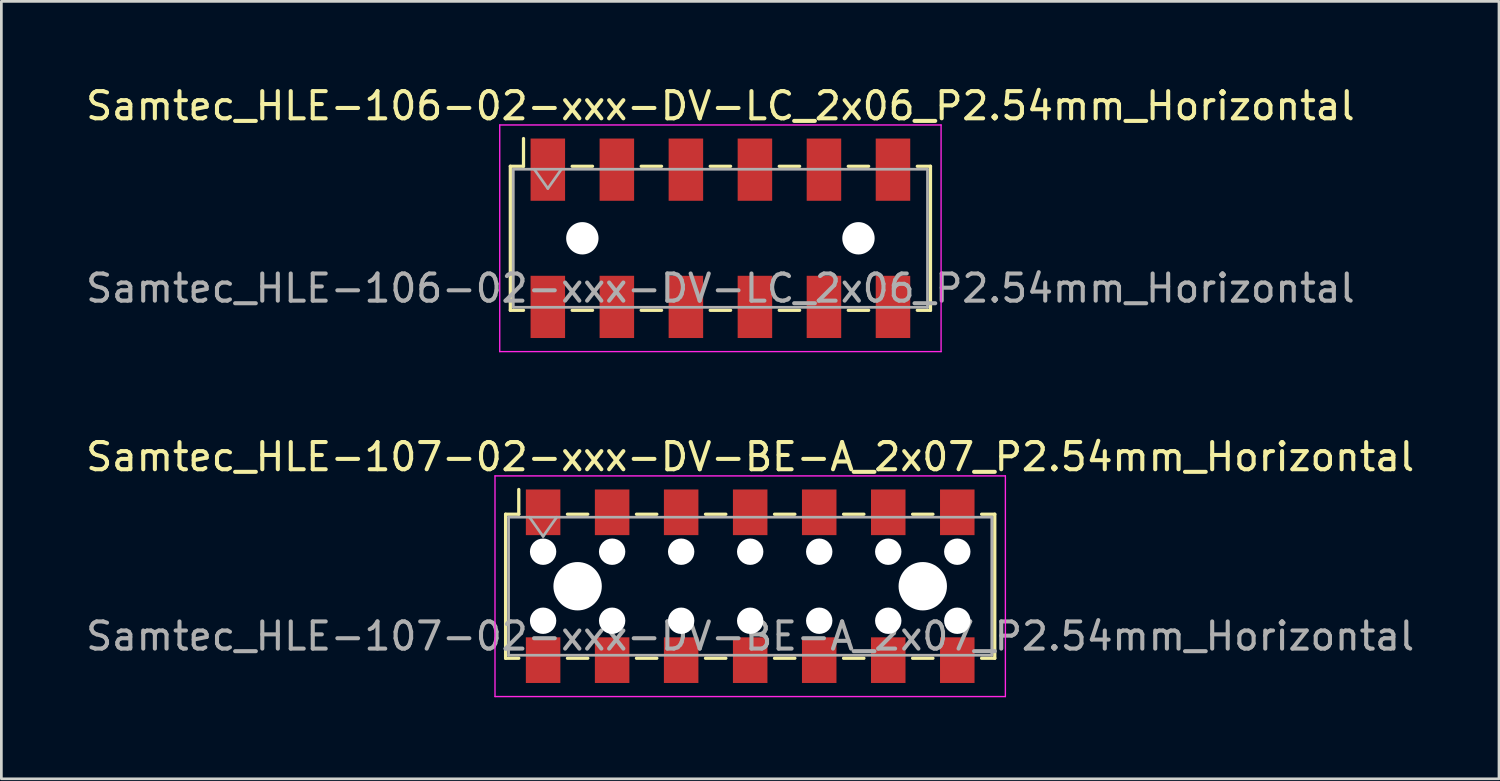
<source format=kicad_pcb>
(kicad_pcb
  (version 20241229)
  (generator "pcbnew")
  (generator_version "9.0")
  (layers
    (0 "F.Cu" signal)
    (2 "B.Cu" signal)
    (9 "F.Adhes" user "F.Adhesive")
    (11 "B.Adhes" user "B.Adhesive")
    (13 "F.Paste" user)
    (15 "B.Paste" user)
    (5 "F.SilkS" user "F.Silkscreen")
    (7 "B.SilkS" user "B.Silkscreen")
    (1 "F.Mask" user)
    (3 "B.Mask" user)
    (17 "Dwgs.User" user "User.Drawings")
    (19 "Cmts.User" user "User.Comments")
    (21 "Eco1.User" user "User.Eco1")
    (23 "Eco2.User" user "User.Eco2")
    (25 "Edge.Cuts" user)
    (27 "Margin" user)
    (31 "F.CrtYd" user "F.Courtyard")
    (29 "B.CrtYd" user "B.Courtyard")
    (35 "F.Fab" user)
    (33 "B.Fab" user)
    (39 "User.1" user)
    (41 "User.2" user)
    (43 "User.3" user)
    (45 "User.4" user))
  (footprint "Samtec_HLE-107-02-xxx-DV-BE-A_2x07_P2.54mm_Horizontal"
    (layer "F.Cu")
    (at 24.554 18.521)
    (property "Reference" "Samtec_HLE-107-02-xxx-DV-BE-A_2x07_P2.54mm_Horizontal" (at 0 -4.76 0) (layer "F.SilkS") (effects (font (size 1 1) (thickness 0.15))))
    (attr smd)
    (fp_line (start -9 -2.65) (end -9 2.65) (stroke (width 0.12) (type solid)) (layer "F.SilkS"))
    (fp_line (start -9 2.65) (end -8.515 2.65) (stroke (width 0.12) (type solid)) (layer "F.SilkS"))
    (fp_line (start -8.515 -3.56) (end -8.515 -2.65) (stroke (width 0.12) (type solid)) (layer "F.SilkS"))
    (fp_line (start -8.515 -2.65) (end -9 -2.65) (stroke (width 0.12) (type solid)) (layer "F.SilkS"))
    (fp_line (start -6.725 -2.65) (end -5.975 -2.65) (stroke (width 0.12) (type solid)) (layer "F.SilkS"))
    (fp_line (start -6.725 2.65) (end -5.975 2.65) (stroke (width 0.12) (type solid)) (layer "F.SilkS"))
    (fp_line (start -4.185 -2.65) (end -3.435 -2.65) (stroke (width 0.12) (type solid)) (layer "F.SilkS"))
    (fp_line (start -4.185 2.65) (end -3.435 2.65) (stroke (width 0.12) (type solid)) (layer "F.SilkS"))
    (fp_line (start -1.645 -2.65) (end -0.895 -2.65) (stroke (width 0.12) (type solid)) (layer "F.SilkS"))
    (fp_line (start -1.645 2.65) (end -0.895 2.65) (stroke (width 0.12) (type solid)) (layer "F.SilkS"))
    (fp_line (start 0.895 -2.65) (end 1.645 -2.65) (stroke (width 0.12) (type solid)) (layer "F.SilkS"))
    (fp_line (start 0.895 2.65) (end 1.645 2.65) (stroke (width 0.12) (type solid)) (layer "F.SilkS"))
    (fp_line (start 3.435 -2.65) (end 4.185 -2.65) (stroke (width 0.12) (type solid)) (layer "F.SilkS"))
    (fp_line (start 3.435 2.65) (end 4.185 2.65) (stroke (width 0.12) (type solid)) (layer "F.SilkS"))
    (fp_line (start 5.975 -2.65) (end 6.725 -2.65) (stroke (width 0.12) (type solid)) (layer "F.SilkS"))
    (fp_line (start 5.975 2.65) (end 6.725 2.65) (stroke (width 0.12) (type solid)) (layer "F.SilkS"))
    (fp_line (start 8.515 -2.65) (end 9 -2.65) (stroke (width 0.12) (type solid)) (layer "F.SilkS"))
    (fp_line (start 9 -2.65) (end 9 2.65) (stroke (width 0.12) (type solid)) (layer "F.SilkS"))
    (fp_line (start 9 2.65) (end 8.515 2.65) (stroke (width 0.12) (type solid)) (layer "F.SilkS"))
    (fp_line (start -9.39 -4.06) (end 9.39 -4.06) (stroke (width 0.05) (type solid)) (layer "F.CrtYd"))
    (fp_line (start -9.39 4.06) (end -9.39 -4.06) (stroke (width 0.05) (type solid)) (layer "F.CrtYd"))
    (fp_line (start 9.39 -4.06) (end 9.39 4.06) (stroke (width 0.05) (type solid)) (layer "F.CrtYd"))
    (fp_line (start 9.39 4.06) (end -9.39 4.06) (stroke (width 0.05) (type solid)) (layer "F.CrtYd"))
    (fp_line (start -8.89 -2.54) (end 8.89 -2.54) (stroke (width 0.1) (type solid)) (layer "F.Fab"))
    (fp_line (start -8.89 2.54) (end -8.89 -2.54) (stroke (width 0.1) (type solid)) (layer "F.Fab"))
    (fp_line (start -8.12 -2.54) (end -7.62 -1.833) (stroke (width 0.1) (type solid)) (layer "F.Fab"))
    (fp_line (start -7.62 -1.833) (end -7.12 -2.54) (stroke (width 0.1) (type solid)) (layer "F.Fab"))
    (fp_line (start 8.89 -2.54) (end 8.89 2.54) (stroke (width 0.1) (type solid)) (layer "F.Fab"))
    (fp_line (start 8.89 2.54) (end -8.89 2.54) (stroke (width 0.1) (type solid)) (layer "F.Fab"))
    (fp_text user "${REFERENCE}" (at 0 1.84 0) (layer "F.Fab") (effects (font (size 1 1) (thickness 0.15))))
    (pad "" np_thru_hole circle (at -7.62 -1.27) (size 0.97 0.97) (drill 0.97) (layers "*.Cu" "*.Mask"))
    (pad "" np_thru_hole circle (at -7.62 1.27) (size 0.97 0.97) (drill 0.97) (layers "*.Cu" "*.Mask"))
    (pad "" np_thru_hole circle (at -6.35 0) (size 1.78 1.78) (drill 1.78) (layers "*.Cu" "*.Mask"))
    (pad "" np_thru_hole circle (at -5.08 -1.27) (size 0.97 0.97) (drill 0.97) (layers "*.Cu" "*.Mask"))
    (pad "" np_thru_hole circle (at -5.08 1.27) (size 0.97 0.97) (drill 0.97) (layers "*.Cu" "*.Mask"))
    (pad "" np_thru_hole circle (at -2.54 -1.27) (size 0.97 0.97) (drill 0.97) (layers "*.Cu" "*.Mask"))
    (pad "" np_thru_hole circle (at -2.54 1.27) (size 0.97 0.97) (drill 0.97) (layers "*.Cu" "*.Mask"))
    (pad "" np_thru_hole circle (at 0 -1.27) (size 0.97 0.97) (drill 0.97) (layers "*.Cu" "*.Mask"))
    (pad "" np_thru_hole circle (at 0 1.27) (size 0.97 0.97) (drill 0.97) (layers "*.Cu" "*.Mask"))
    (pad "" np_thru_hole circle (at 2.54 -1.27) (size 0.97 0.97) (drill 0.97) (layers "*.Cu" "*.Mask"))
    (pad "" np_thru_hole circle (at 2.54 1.27) (size 0.97 0.97) (drill 0.97) (layers "*.Cu" "*.Mask"))
    (pad "" np_thru_hole circle (at 5.08 -1.27) (size 0.97 0.97) (drill 0.97) (layers "*.Cu" "*.Mask"))
    (pad "" np_thru_hole circle (at 5.08 1.27) (size 0.97 0.97) (drill 0.97) (layers "*.Cu" "*.Mask"))
    (pad "" np_thru_hole circle (at 6.35 0) (size 1.78 1.78) (drill 1.78) (layers "*.Cu" "*.Mask"))
    (pad "" np_thru_hole circle (at 7.62 -1.27) (size 0.97 0.97) (drill 0.97) (layers "*.Cu" "*.Mask"))
    (pad "" np_thru_hole circle (at 7.62 1.27) (size 0.97 0.97) (drill 0.97) (layers "*.Cu" "*.Mask"))
    (pad "1" smd rect (at -7.62 -2.72) (size 1.27 1.68) (layers "F.Cu" "F.Mask" "F.Paste"))
    (pad "2" smd rect (at -7.62 2.72) (size 1.27 1.68) (layers "F.Cu" "F.Mask" "F.Paste"))
    (pad "3" smd rect (at -5.08 -2.72) (size 1.27 1.68) (layers "F.Cu" "F.Mask" "F.Paste"))
    (pad "4" smd rect (at -5.08 2.72) (size 1.27 1.68) (layers "F.Cu" "F.Mask" "F.Paste"))
    (pad "5" smd rect (at -2.54 -2.72) (size 1.27 1.68) (layers "F.Cu" "F.Mask" "F.Paste"))
    (pad "6" smd rect (at -2.54 2.72) (size 1.27 1.68) (layers "F.Cu" "F.Mask" "F.Paste"))
    (pad "7" smd rect (at 0 -2.72) (size 1.27 1.68) (layers "F.Cu" "F.Mask" "F.Paste"))
    (pad "8" smd rect (at 0 2.72) (size 1.27 1.68) (layers "F.Cu" "F.Mask" "F.Paste"))
    (pad "9" smd rect (at 2.54 -2.72) (size 1.27 1.68) (layers "F.Cu" "F.Mask" "F.Paste"))
    (pad "10" smd rect (at 2.54 2.72) (size 1.27 1.68) (layers "F.Cu" "F.Mask" "F.Paste"))
    (pad "11" smd rect (at 5.08 -2.72) (size 1.27 1.68) (layers "F.Cu" "F.Mask" "F.Paste"))
    (pad "12" smd rect (at 5.08 2.72) (size 1.27 1.68) (layers "F.Cu" "F.Mask" "F.Paste"))
    (pad "13" smd rect (at 7.62 -2.72) (size 1.27 1.68) (layers "F.Cu" "F.Mask" "F.Paste"))
    (pad "14" smd rect (at 7.62 2.72) (size 1.27 1.68) (layers "F.Cu" "F.Mask" "F.Paste")))
  (footprint "Samtec_HLE-106-02-xxx-DV-LC_2x06_P2.54mm_Horizontal"
    (layer "F.Cu")
    (at 23.458 5.718)
    (property "Reference" "Samtec_HLE-106-02-xxx-DV-LC_2x06_P2.54mm_Horizontal" (at 0 -4.87 0) (layer "F.SilkS") (effects (font (size 1 1) (thickness 0.15))))
    (attr smd)
    (fp_line (start -7.73 -2.65) (end -7.73 2.65) (stroke (width 0.12) (type solid)) (layer "F.SilkS"))
    (fp_line (start -7.73 2.65) (end -7.245 2.65) (stroke (width 0.12) (type solid)) (layer "F.SilkS"))
    (fp_line (start -7.245 -3.67) (end -7.245 -2.65) (stroke (width 0.12) (type solid)) (layer "F.SilkS"))
    (fp_line (start -7.245 -2.65) (end -7.73 -2.65) (stroke (width 0.12) (type solid)) (layer "F.SilkS"))
    (fp_line (start -5.455 -2.65) (end -4.705 -2.65) (stroke (width 0.12) (type solid)) (layer "F.SilkS"))
    (fp_line (start -5.455 2.65) (end -4.705 2.65) (stroke (width 0.12) (type solid)) (layer "F.SilkS"))
    (fp_line (start -2.915 -2.65) (end -2.165 -2.65) (stroke (width 0.12) (type solid)) (layer "F.SilkS"))
    (fp_line (start -2.915 2.65) (end -2.165 2.65) (stroke (width 0.12) (type solid)) (layer "F.SilkS"))
    (fp_line (start -0.375 -2.65) (end 0.375 -2.65) (stroke (width 0.12) (type solid)) (layer "F.SilkS"))
    (fp_line (start -0.375 2.65) (end 0.375 2.65) (stroke (width 0.12) (type solid)) (layer "F.SilkS"))
    (fp_line (start 2.165 -2.65) (end 2.915 -2.65) (stroke (width 0.12) (type solid)) (layer "F.SilkS"))
    (fp_line (start 2.165 2.65) (end 2.915 2.65) (stroke (width 0.12) (type solid)) (layer "F.SilkS"))
    (fp_line (start 4.705 -2.65) (end 5.455 -2.65) (stroke (width 0.12) (type solid)) (layer "F.SilkS"))
    (fp_line (start 4.705 2.65) (end 5.455 2.65) (stroke (width 0.12) (type solid)) (layer "F.SilkS"))
    (fp_line (start 7.245 -2.65) (end 7.73 -2.65) (stroke (width 0.12) (type solid)) (layer "F.SilkS"))
    (fp_line (start 7.73 -2.65) (end 7.73 2.65) (stroke (width 0.12) (type solid)) (layer "F.SilkS"))
    (fp_line (start 7.73 2.65) (end 7.245 2.65) (stroke (width 0.12) (type solid)) (layer "F.SilkS"))
    (fp_line (start -8.12 -4.17) (end 8.12 -4.17) (stroke (width 0.05) (type solid)) (layer "F.CrtYd"))
    (fp_line (start -8.12 4.17) (end -8.12 -4.17) (stroke (width 0.05) (type solid)) (layer "F.CrtYd"))
    (fp_line (start 8.12 -4.17) (end 8.12 4.17) (stroke (width 0.05) (type solid)) (layer "F.CrtYd"))
    (fp_line (start 8.12 4.17) (end -8.12 4.17) (stroke (width 0.05) (type solid)) (layer "F.CrtYd"))
    (fp_line (start -7.62 -2.54) (end 7.62 -2.54) (stroke (width 0.1) (type solid)) (layer "F.Fab"))
    (fp_line (start -7.62 2.54) (end -7.62 -2.54) (stroke (width 0.1) (type solid)) (layer "F.Fab"))
    (fp_line (start -6.85 -2.54) (end -6.35 -1.833) (stroke (width 0.1) (type solid)) (layer "F.Fab"))
    (fp_line (start -6.35 -1.833) (end -5.85 -2.54) (stroke (width 0.1) (type solid)) (layer "F.Fab"))
    (fp_line (start 7.62 -2.54) (end 7.62 2.54) (stroke (width 0.1) (type solid)) (layer "F.Fab"))
    (fp_line (start 7.62 2.54) (end -7.62 2.54) (stroke (width 0.1) (type solid)) (layer "F.Fab"))
    (fp_text user "${REFERENCE}" (at 0 1.84 0) (layer "F.Fab") (effects (font (size 1 1) (thickness 0.15))))
    (pad "" np_thru_hole circle (at -5.08 0) (size 1.19 1.19) (drill 1.19) (layers "*.Cu" "*.Mask"))
    (pad "" np_thru_hole circle (at 5.08 0) (size 1.19 1.19) (drill 1.19) (layers "*.Cu" "*.Mask"))
    (pad "1" smd rect (at -6.35 -2.525) (size 1.27 2.29) (layers "F.Cu" "F.Mask" "F.Paste"))
    (pad "2" smd rect (at -6.35 2.525) (size 1.27 2.29) (layers "F.Cu" "F.Mask" "F.Paste"))
    (pad "3" smd rect (at -3.81 -2.525) (size 1.27 2.29) (layers "F.Cu" "F.Mask" "F.Paste"))
    (pad "4" smd rect (at -3.81 2.525) (size 1.27 2.29) (layers "F.Cu" "F.Mask" "F.Paste"))
    (pad "5" smd rect (at -1.27 -2.525) (size 1.27 2.29) (layers "F.Cu" "F.Mask" "F.Paste"))
    (pad "6" smd rect (at -1.27 2.525) (size 1.27 2.29) (layers "F.Cu" "F.Mask" "F.Paste"))
    (pad "7" smd rect (at 1.27 -2.525) (size 1.27 2.29) (layers "F.Cu" "F.Mask" "F.Paste"))
    (pad "8" smd rect (at 1.27 2.525) (size 1.27 2.29) (layers "F.Cu" "F.Mask" "F.Paste"))
    (pad "9" smd rect (at 3.81 -2.525) (size 1.27 2.29) (layers "F.Cu" "F.Mask" "F.Paste"))
    (pad "10" smd rect (at 3.81 2.525) (size 1.27 2.29) (layers "F.Cu" "F.Mask" "F.Paste"))
    (pad "11" smd rect (at 6.35 -2.525) (size 1.27 2.29) (layers "F.Cu" "F.Mask" "F.Paste"))
    (pad "12" smd rect (at 6.35 2.525) (size 1.27 2.29) (layers "F.Cu" "F.Mask" "F.Paste")))
  (gr_rect
    (start -3 -3)
    (end 52.107 25.607)
    (stroke (width 0.1) (type default))
    (fill no)
    (layer "Edge.Cuts")))
</source>
